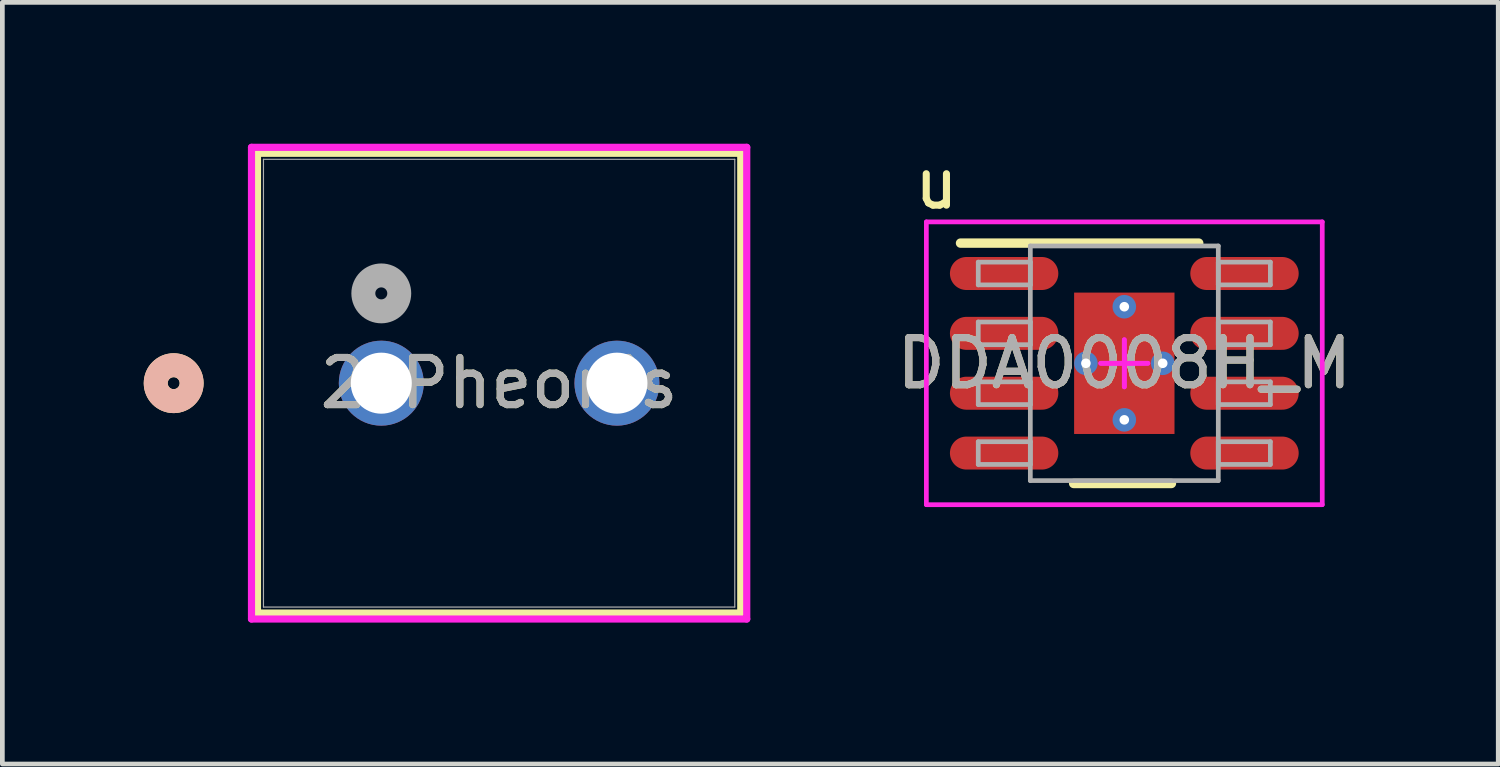
<source format=kicad_pcb>
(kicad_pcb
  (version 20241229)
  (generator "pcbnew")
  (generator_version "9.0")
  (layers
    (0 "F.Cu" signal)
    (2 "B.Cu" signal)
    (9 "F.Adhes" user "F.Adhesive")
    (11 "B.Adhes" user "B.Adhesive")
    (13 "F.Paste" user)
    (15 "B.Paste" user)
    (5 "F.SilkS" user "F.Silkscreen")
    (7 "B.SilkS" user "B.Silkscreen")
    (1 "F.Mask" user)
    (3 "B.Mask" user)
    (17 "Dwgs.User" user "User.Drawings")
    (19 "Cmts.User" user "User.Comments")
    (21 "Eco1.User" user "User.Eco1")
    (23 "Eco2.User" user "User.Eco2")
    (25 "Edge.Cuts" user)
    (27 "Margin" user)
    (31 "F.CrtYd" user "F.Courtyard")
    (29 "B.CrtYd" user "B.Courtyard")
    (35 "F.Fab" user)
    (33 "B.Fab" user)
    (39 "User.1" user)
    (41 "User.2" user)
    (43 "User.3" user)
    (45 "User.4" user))
  (footprint "2 Pheonis"
    (layer "F.Cu")
    (at 5.04 5.08)
    (property "Reference" "2 Pheonis" (at 2.5 0 0) (unlocked yes) (layer "F.SilkS") (effects (font (size 1 1) (thickness 0.15))))
    (attr through_hole)
    (fp_line (start -2.627 -4.877) (end -2.627 4.877) (stroke (width 0.152) (type solid)) (layer "F.SilkS"))
    (fp_line (start -2.627 4.877) (end 7.627 4.877) (stroke (width 0.152) (type solid)) (layer "F.SilkS"))
    (fp_line (start 7.627 -4.877) (end -2.627 -4.877) (stroke (width 0.152) (type solid)) (layer "F.SilkS"))
    (fp_line (start 7.627 4.877) (end 7.627 -4.877) (stroke (width 0.152) (type solid)) (layer "F.SilkS"))
    (fp_circle (center -4.405 0) (end -4.024 0) (stroke (width 0.508) (type solid)) (fill no) (layer "F.SilkS"))
    (fp_circle (center -4.405 0) (end -4.024 0) (stroke (width 0.508) (type solid)) (fill no) (layer "B.SilkS"))
    (fp_line (start -2.754 -5.004) (end -2.754 5.004) (stroke (width 0.152) (type solid)) (layer "F.CrtYd"))
    (fp_line (start -2.754 5.004) (end 7.754 5.004) (stroke (width 0.152) (type solid)) (layer "F.CrtYd"))
    (fp_line (start 7.754 -5.004) (end -2.754 -5.004) (stroke (width 0.152) (type solid)) (layer "F.CrtYd"))
    (fp_line (start 7.754 5.004) (end 7.754 -5.004) (stroke (width 0.152) (type solid)) (layer "F.CrtYd"))
    (fp_line (start -2.5 -4.75) (end -2.5 4.75) (stroke (width 0.025) (type solid)) (layer "F.Fab"))
    (fp_line (start -2.5 4.75) (end 7.5 4.75) (stroke (width 0.025) (type solid)) (layer "F.Fab"))
    (fp_line (start 7.5 -4.75) (end -2.5 -4.75) (stroke (width 0.025) (type solid)) (layer "F.Fab"))
    (fp_line (start 7.5 4.75) (end 7.5 -4.75) (stroke (width 0.025) (type solid)) (layer "F.Fab"))
    (fp_circle (center 0 -1.905) (end 0.381 -1.905) (stroke (width 0.508) (type solid)) (fill no) (layer "F.Fab"))
    (fp_text user "${REFERENCE}" (at 2.5 0 0) (unlocked yes) (layer "F.Fab") (effects (font (size 1 1) (thickness 0.15))))
    (pad "1" thru_hole circle (at 0 0) (size 1.803 1.803) (drill 1.295) (layers "*.Cu" "*.Mask"))
    (pad "2" thru_hole circle (at 5 0) (size 1.803 1.803) (drill 1.295) (layers "*.Cu" "*.Mask")))
  (footprint "DDA0008H_M"
    (layer "F.Cu")
    (at 20.805 4.658)
    (property "Reference" "DDA0008H_M" (at 0 0 0) (unlocked yes) (layer "F.SilkS") (effects (font (size 1 1) (thickness 0.15))))
    (attr smd)
    (fp_line (start -3.475 -2.55) (end 1.579 -2.55) (stroke (width 0.2) (type solid)) (layer "F.SilkS"))
    (fp_line (start -1.075 2.55) (end 1 2.55) (stroke (width 0.2) (type solid)) (layer "F.SilkS"))
    (fp_line (start -4.2 -3) (end 4.2 -3) (stroke (width 0.1) (type solid)) (layer "F.CrtYd"))
    (fp_line (start -4.2 3) (end -4.2 -3) (stroke (width 0.1) (type solid)) (layer "F.CrtYd"))
    (fp_line (start -4.2 3) (end 4.2 3) (stroke (width 0.1) (type solid)) (layer "F.CrtYd"))
    (fp_line (start -0.5 0) (end 0.5 0) (stroke (width 0.1) (type solid)) (layer "F.CrtYd"))
    (fp_line (start -0.5 0) (end 0.5 0) (stroke (width 0.1) (type solid)) (layer "F.CrtYd"))
    (fp_line (start 0 0.5) (end 0 -0.5) (stroke (width 0.1) (type solid)) (layer "F.CrtYd"))
    (fp_line (start 0 0.5) (end 0 -0.5) (stroke (width 0.1) (type solid)) (layer "F.CrtYd"))
    (fp_line (start 4.2 3) (end 4.2 -3) (stroke (width 0.1) (type solid)) (layer "F.CrtYd"))
    (fp_line (start -3.099 -2.146) (end -1.994 -2.146) (stroke (width 0.1) (type solid)) (layer "F.Fab"))
    (fp_line (start -3.099 -1.664) (end -3.099 -2.146) (stroke (width 0.1) (type solid)) (layer "F.Fab"))
    (fp_line (start -3.099 -1.664) (end -1.994 -1.664) (stroke (width 0.1) (type solid)) (layer "F.Fab"))
    (fp_line (start -3.099 -0.876) (end -1.994 -0.876) (stroke (width 0.1) (type solid)) (layer "F.Fab"))
    (fp_line (start -3.099 -0.394) (end -3.099 -0.876) (stroke (width 0.1) (type solid)) (layer "F.Fab"))
    (fp_line (start -3.099 -0.394) (end -1.994 -0.394) (stroke (width 0.1) (type solid)) (layer "F.Fab"))
    (fp_line (start -3.099 0.394) (end -1.994 0.394) (stroke (width 0.1) (type solid)) (layer "F.Fab"))
    (fp_line (start -3.099 0.876) (end -3.099 0.394) (stroke (width 0.1) (type solid)) (layer "F.Fab"))
    (fp_line (start -3.099 0.876) (end -1.994 0.876) (stroke (width 0.1) (type solid)) (layer "F.Fab"))
    (fp_line (start -3.099 1.664) (end -1.994 1.664) (stroke (width 0.1) (type solid)) (layer "F.Fab"))
    (fp_line (start -3.099 2.146) (end -3.099 1.664) (stroke (width 0.1) (type solid)) (layer "F.Fab"))
    (fp_line (start -3.099 2.146) (end -1.994 2.146) (stroke (width 0.1) (type solid)) (layer "F.Fab"))
    (fp_line (start -1.994 -2.489) (end 1.994 -2.489) (stroke (width 0.1) (type solid)) (layer "F.Fab"))
    (fp_line (start -1.994 -1.664) (end -1.994 -2.146) (stroke (width 0.1) (type solid)) (layer "F.Fab"))
    (fp_line (start -1.994 -0.394) (end -1.994 -0.876) (stroke (width 0.1) (type solid)) (layer "F.Fab"))
    (fp_line (start -1.994 0.876) (end -1.994 0.394) (stroke (width 0.1) (type solid)) (layer "F.Fab"))
    (fp_line (start -1.994 2.146) (end -1.994 1.664) (stroke (width 0.1) (type solid)) (layer "F.Fab"))
    (fp_line (start -1.994 2.489) (end -1.994 -2.489) (stroke (width 0.1) (type solid)) (layer "F.Fab"))
    (fp_line (start -1.994 2.489) (end 1.994 2.489) (stroke (width 0.1) (type solid)) (layer "F.Fab"))
    (fp_line (start 1.994 -2.146) (end 3.099 -2.146) (stroke (width 0.1) (type solid)) (layer "F.Fab"))
    (fp_line (start 1.994 -1.664) (end 1.994 -2.146) (stroke (width 0.1) (type solid)) (layer "F.Fab"))
    (fp_line (start 1.994 -1.664) (end 3.099 -1.664) (stroke (width 0.1) (type solid)) (layer "F.Fab"))
    (fp_line (start 1.994 -0.876) (end 3.099 -0.876) (stroke (width 0.1) (type solid)) (layer "F.Fab"))
    (fp_line (start 1.994 -0.394) (end 1.994 -0.876) (stroke (width 0.1) (type solid)) (layer "F.Fab"))
    (fp_line (start 1.994 -0.394) (end 3.099 -0.394) (stroke (width 0.1) (type solid)) (layer "F.Fab"))
    (fp_line (start 1.994 0.394) (end 3.099 0.394) (stroke (width 0.1) (type solid)) (layer "F.Fab"))
    (fp_line (start 1.994 0.876) (end 1.994 0.394) (stroke (width 0.1) (type solid)) (layer "F.Fab"))
    (fp_line (start 1.994 0.876) (end 3.099 0.876) (stroke (width 0.1) (type solid)) (layer "F.Fab"))
    (fp_line (start 1.994 1.664) (end 3.099 1.664) (stroke (width 0.1) (type solid)) (layer "F.Fab"))
    (fp_line (start 1.994 2.146) (end 1.994 1.664) (stroke (width 0.1) (type solid)) (layer "F.Fab"))
    (fp_line (start 1.994 2.146) (end 3.099 2.146) (stroke (width 0.1) (type solid)) (layer "F.Fab"))
    (fp_line (start 1.994 2.489) (end 1.994 -2.489) (stroke (width 0.1) (type solid)) (layer "F.Fab"))
    (fp_line (start 3.099 -1.664) (end 3.099 -2.146) (stroke (width 0.1) (type solid)) (layer "F.Fab"))
    (fp_line (start 3.099 -0.394) (end 3.099 -0.876) (stroke (width 0.1) (type solid)) (layer "F.Fab"))
    (fp_line (start 3.099 0.876) (end 3.099 0.394) (stroke (width 0.1) (type solid)) (layer "F.Fab"))
    (fp_line (start 3.099 2.146) (end 3.099 1.664) (stroke (width 0.1) (type solid)) (layer "F.Fab"))
    (fp_text user "u" (at -3.988 -3.81 0) (unlocked yes) (layer "F.SilkS") (effects (font (size 1 1) (thickness 0.15))))
    (fp_text user "${REFERENCE}" (at 0 0 0) (unlocked yes) (layer "F.Fab") (effects (font (size 1 1) (thickness 0.15))))
    (pad "1" smd oval (at -2.55 -1.905 90) (size 0.7 2.3) (layers "F.Cu" "F.Mask" "F.Paste"))
    (pad "2" smd oval (at -2.55 -0.635 90) (size 0.7 2.3) (layers "F.Cu" "F.Mask" "F.Paste"))
    (pad "3" smd oval (at -2.55 0.635 90) (size 0.7 2.3) (layers "F.Cu" "F.Mask" "F.Paste"))
    (pad "4" smd oval (at -2.55 1.905 90) (size 0.7 2.3) (layers "F.Cu" "F.Mask" "F.Paste"))
    (pad "5" smd oval (at 2.55 1.905 90) (size 0.7 2.3) (layers "F.Cu" "F.Mask" "F.Paste"))
    (pad "6" smd oval (at 2.55 0.635 90) (size 0.7 2.3) (layers "F.Cu" "F.Mask" "F.Paste"))
    (pad "7" smd oval (at 2.55 -0.635 90) (size 0.7 2.3) (layers "F.Cu" "F.Mask" "F.Paste"))
    (pad "8" smd oval (at 2.55 -1.905 90) (size 0.7 2.3) (layers "F.Cu" "F.Mask" "F.Paste"))
    (pad "9" smd rect (at 0 0) (size 2.13 3) (layers "F.Cu" "F.Mask" "F.Paste"))
    (pad "V" thru_hole circle (at -0.815 0) (size 0.5 0.5) (drill 0.203) (layers "*.Cu" "*.Mask"))
    (pad "V" thru_hole circle (at 0 -1.2) (size 0.5 0.5) (drill 0.203) (layers "*.Cu" "*.Mask"))
    (pad "V" thru_hole circle (at 0 1.2) (size 0.5 0.5) (drill 0.203) (layers "*.Cu" "*.Mask"))
    (pad "V" thru_hole circle (at 0.815 0) (size 0.5 0.5) (drill 0.203) (layers "*.Cu" "*.Mask")))
  (gr_rect
    (start -3 -3)
    (end 28.739 13.16)
    (stroke (width 0.1) (type default))
    (fill no)
    (layer "Edge.Cuts")))
</source>
